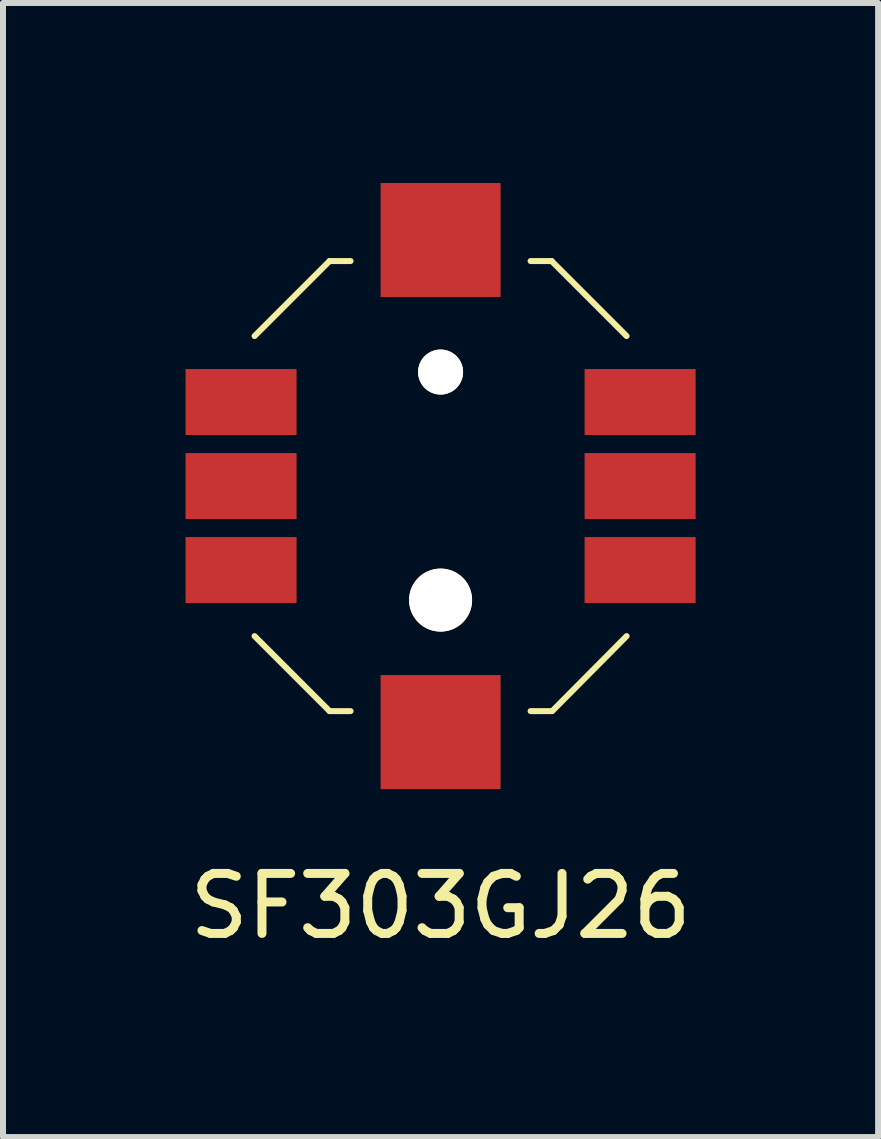
<source format=kicad_pcb>
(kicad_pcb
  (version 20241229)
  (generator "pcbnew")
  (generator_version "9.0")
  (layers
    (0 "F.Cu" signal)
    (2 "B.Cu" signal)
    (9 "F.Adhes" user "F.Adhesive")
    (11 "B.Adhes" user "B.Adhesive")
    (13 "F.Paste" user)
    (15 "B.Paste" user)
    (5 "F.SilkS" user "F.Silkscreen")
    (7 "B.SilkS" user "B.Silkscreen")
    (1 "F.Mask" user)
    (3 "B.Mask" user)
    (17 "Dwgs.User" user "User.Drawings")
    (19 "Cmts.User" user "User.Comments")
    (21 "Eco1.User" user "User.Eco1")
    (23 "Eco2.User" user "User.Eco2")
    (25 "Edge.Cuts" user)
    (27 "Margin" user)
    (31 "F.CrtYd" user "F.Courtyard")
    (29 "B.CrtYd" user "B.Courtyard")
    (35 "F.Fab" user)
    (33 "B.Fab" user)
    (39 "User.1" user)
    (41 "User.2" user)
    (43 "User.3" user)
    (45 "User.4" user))
  (footprint "SF303GJ26"
    (layer "F.Cu")
    (at 4.292 5.05)
    (property "Reference" "SF303GJ26" (at 0 7 0) (layer "F.SilkS") (effects (font (size 1 1) (thickness 0.15))))
    (attr through_hole)
    (fp_line (start -3.1 -2.5) (end -1.85 -3.75) (stroke (width 0.1) (type solid)) (layer "F.SilkS"))
    (fp_line (start -1.85 3.75) (end -3.1 2.5) (stroke (width 0.1) (type solid)) (layer "F.SilkS"))
    (fp_line (start -1.5 -3.75) (end -1.85 -3.75) (stroke (width 0.1) (type solid)) (layer "F.SilkS"))
    (fp_line (start -1.5 3.75) (end -1.85 3.75) (stroke (width 0.1) (type solid)) (layer "F.SilkS"))
    (fp_line (start 1.5 -3.75) (end 1.85 -3.75) (stroke (width 0.1) (type solid)) (layer "F.SilkS"))
    (fp_line (start 1.5 3.75) (end 1.85 3.75) (stroke (width 0.1) (type solid)) (layer "F.SilkS"))
    (fp_line (start 1.85 -3.75) (end 3.1 -2.5) (stroke (width 0.1) (type solid)) (layer "F.SilkS"))
    (fp_line (start 1.86 3.75) (end 3.1 2.5) (stroke (width 0.1) (type solid)) (layer "F.SilkS"))
    (pad "" smd rect (at 0 -4.1) (size 2 1.9) (layers "F.Cu" "F.Mask" "F.Paste"))
    (pad "" np_thru_hole circle (at 0 -1.9) (size 0.75 0.75) (drill 0.75) (layers "*.Cu" "*.Mask" "F.SilkS"))
    (pad "" np_thru_hole circle (at 0 1.9) (size 1.05 1.05) (drill 1.05) (layers "*.Cu" "*.Mask" "F.SilkS"))
    (pad "" smd rect (at 0 4.1) (size 2 1.9) (layers "F.Cu" "F.Mask" "F.Paste"))
    (pad "1" smd rect (at -3.325 -1.4) (size 1.85 1.1) (layers "F.Cu" "F.Mask" "F.Paste"))
    (pad "2" smd rect (at -3.325 0) (size 1.85 1.1) (layers "F.Cu" "F.Mask" "F.Paste"))
    (pad "3" smd rect (at -3.325 1.4) (size 1.85 1.1) (layers "F.Cu" "F.Mask" "F.Paste"))
    (pad "4" smd rect (at 3.325 -1.4) (size 1.85 1.1) (layers "F.Cu" "F.Mask" "F.Paste"))
    (pad "5" smd rect (at 3.325 0) (size 1.85 1.1) (layers "F.Cu" "F.Mask" "F.Paste"))
    (pad "6" smd rect (at 3.325 1.4) (size 1.85 1.1) (layers "F.Cu" "F.Mask" "F.Paste")))
  (gr_rect
    (start -3 -3)
    (end 11.583 15.898)
    (stroke (width 0.1) (type default))
    (fill no)
    (layer "Edge.Cuts")))
</source>
